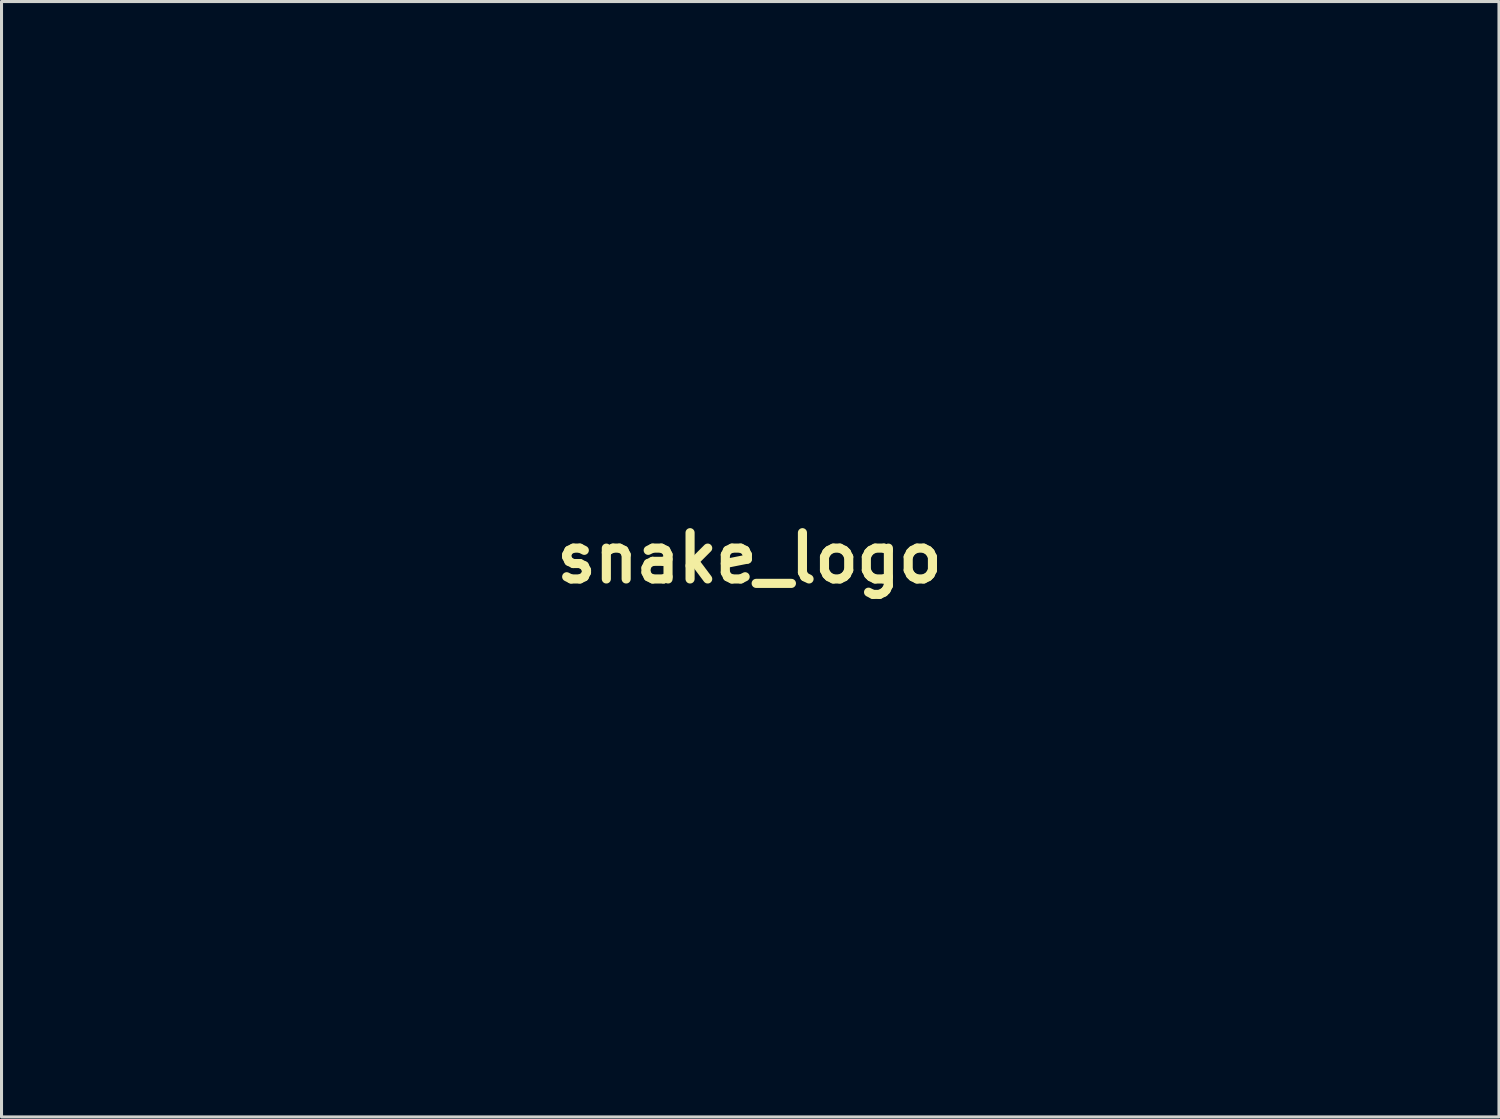
<source format=kicad_pcb>
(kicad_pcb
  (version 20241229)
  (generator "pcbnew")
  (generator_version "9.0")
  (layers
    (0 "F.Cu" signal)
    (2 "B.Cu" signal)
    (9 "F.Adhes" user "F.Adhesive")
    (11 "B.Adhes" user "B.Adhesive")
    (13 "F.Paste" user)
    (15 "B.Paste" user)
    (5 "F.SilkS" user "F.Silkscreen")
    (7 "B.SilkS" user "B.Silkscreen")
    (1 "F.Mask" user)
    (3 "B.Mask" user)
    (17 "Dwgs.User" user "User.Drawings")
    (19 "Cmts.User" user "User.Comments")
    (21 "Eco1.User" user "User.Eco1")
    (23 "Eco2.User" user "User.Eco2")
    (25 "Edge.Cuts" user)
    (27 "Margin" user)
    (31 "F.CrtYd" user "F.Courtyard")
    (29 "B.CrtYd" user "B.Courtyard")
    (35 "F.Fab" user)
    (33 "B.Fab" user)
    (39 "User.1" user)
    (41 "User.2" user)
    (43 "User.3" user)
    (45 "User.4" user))
  (footprint "snake_logo"
    (layer "F.Cu")
    (at 21.637 15.329)
    (property "Reference" "snake_logo" (at 0 0 0) (layer "F.SilkS") (effects (font (size 1.524 1.524) (thickness 0.3))))
    (attr through_hole)
    (fp_poly (pts (xy 1.746 -11.271) (xy 1.95 -11.085) (xy 2.087 -10.843) (xy 2.117 -10.679) (xy 2.084 -10.369) (xy 1.969 -10.166) (xy 1.772 -10.03) (xy 1.517 -9.926) (xy 1.314 -9.93) (xy 1.143 -10.004) (xy 0.882 -10.232) (xy 0.761 -10.539) (xy 0.791 -10.89) (xy 0.815 -10.961) (xy 0.942 -11.11) (xy 1.165 -11.248) (xy 1.415 -11.334) (xy 1.524 -11.345) (xy 1.746 -11.271)) (stroke (width 0.01) (type solid)) (fill no) (layer "Eco2.User"))
    (fp_poly (pts (xy 2.321 -15.324) (xy 4.784 -15.322) (xy 5.476 -15.081) (xy 6.285 -14.714) (xy 7.009 -14.215) (xy 7.629 -13.601) (xy 8.13 -12.89) (xy 8.495 -12.101) (xy 8.631 -11.644) (xy 8.688 -11.284) (xy 8.719 -10.825) (xy 8.723 -10.33) (xy 8.702 -9.863) (xy 8.653 -9.488) (xy 8.642 -9.44) (xy 8.599 -9.238) (xy 8.605 -9.178) (xy 8.663 -9.239) (xy 8.677 -9.257) (xy 8.747 -9.385) (xy 8.819 -9.597) (xy 8.902 -9.917) (xy 9.002 -10.372) (xy 9.024 -10.48) (xy 9.138 -10.664) (xy 9.36 -10.813) (xy 9.629 -10.895) (xy 9.859 -10.888) (xy 10.064 -10.771) (xy 10.247 -10.555) (xy 10.255 -10.543) (xy 10.502 -10.27) (xy 10.721 -10.156) (xy 11.011 -9.985) (xy 11.186 -9.725) (xy 11.225 -9.417) (xy 11.177 -9.232) (xy 11.063 -9.023) (xy 10.9 -8.891) (xy 10.641 -8.804) (xy 10.466 -8.768) (xy 10.274 -8.71) (xy 10.08 -8.593) (xy 9.848 -8.39) (xy 9.586 -8.121) (xy 8.997 -7.591) (xy 8.377 -7.216) (xy 7.736 -7.003) (xy 7.584 -6.977) (xy 7.113 -6.833) (xy 6.79 -6.631) (xy 6.046 -6.166) (xy 5.237 -5.856) (xy 4.387 -5.702) (xy 3.81 -5.648) (xy 3.81 -0.775) (xy 7.641 -0.742) (xy 8.587 -0.733) (xy 9.381 -0.724) (xy 10.04 -0.713) (xy 10.583 -0.698) (xy 11.027 -0.676) (xy 11.39 -0.647) (xy 11.688 -0.607) (xy 11.94 -0.555) (xy 12.164 -0.489) (xy 12.376 -0.407) (xy 12.594 -0.307) (xy 12.836 -0.186) (xy 12.912 -0.148) (xy 13.353 0.13) (xy 13.821 0.518) (xy 14.272 0.972) (xy 14.663 1.448) (xy 14.95 1.902) (xy 14.973 1.947) (xy 15.278 2.742) (xy 15.447 3.571) (xy 15.474 4.397) (xy 15.369 5.122) (xy 15.304 5.4) (xy 15.258 5.609) (xy 15.243 5.694) (xy 15.321 5.717) (xy 15.538 5.737) (xy 15.862 5.751) (xy 16.262 5.758) (xy 16.362 5.759) (xy 16.989 5.773) (xy 17.533 5.812) (xy 17.957 5.873) (xy 18.025 5.888) (xy 18.818 6.158) (xy 19.559 6.575) (xy 20.226 7.114) (xy 20.795 7.755) (xy 21.244 8.477) (xy 21.54 9.223) (xy 21.633 9.697) (xy 21.677 10.271) (xy 21.672 10.882) (xy 21.62 11.471) (xy 21.522 11.977) (xy 21.481 12.112) (xy 21.122 12.919) (xy 20.634 13.644) (xy 20.033 14.267) (xy 19.34 14.773) (xy 18.573 15.142) (xy 18.149 15.275) (xy 18.076 15.291) (xy 17.979 15.305) (xy 17.851 15.319) (xy 17.686 15.331) (xy 17.476 15.342) (xy 17.215 15.351) (xy 16.895 15.36) (xy 16.511 15.368) (xy 16.053 15.375) (xy 15.517 15.381) (xy 14.895 15.386) (xy 14.179 15.391) (xy 13.364 15.394) (xy 12.441 15.397) (xy 11.405 15.399) (xy 10.248 15.401) (xy 8.964 15.402) (xy 7.544 15.403) (xy 5.984 15.403) (xy 4.274 15.403) (xy 2.409 15.403) (xy 0.382 15.402) (xy 0.369 15.402) (xy -1.727 15.401) (xy -3.66 15.399) (xy -5.435 15.397) (xy -7.058 15.395) (xy -8.536 15.392) (xy -9.875 15.389) (xy -11.079 15.385) (xy -12.157 15.381) (xy -13.112 15.376) (xy -13.952 15.37) (xy -14.681 15.364) (xy -15.307 15.357) (xy -15.835 15.349) (xy -16.271 15.341) (xy -16.622 15.331) (xy -16.892 15.321) (xy -17.087 15.31) (xy -17.215 15.297) (xy -17.272 15.287) (xy -18.085 14.976) (xy -18.833 14.527) (xy -19.495 13.96) (xy -20.048 13.297) (xy -20.47 12.558) (xy -20.609 12.214) (xy -20.733 11.744) (xy -20.819 11.187) (xy -20.845 10.81) (xy -19.433 10.81) (xy -19.318 11.496) (xy -19.06 12.144) (xy -18.674 12.73) (xy -18.172 13.232) (xy -17.569 13.628) (xy -17.159 13.807) (xy -17.104 13.825) (xy -17.04 13.842) (xy -16.959 13.857) (xy -16.856 13.872) (xy -16.722 13.884) (xy -16.552 13.896) (xy -16.337 13.906) (xy -16.071 13.915) (xy -15.747 13.923) (xy -15.358 13.93) (xy -14.897 13.936) (xy -14.356 13.941) (xy -13.73 13.945) (xy -13.01 13.948) (xy -12.19 13.95) (xy -11.263 13.952) (xy -10.221 13.953) (xy -9.059 13.953) (xy -7.768 13.953) (xy -6.341 13.953) (xy -4.773 13.951) (xy -3.055 13.95) (xy -1.18 13.948) (xy 0.55 13.946) (xy 17.822 13.928) (xy 18.306 13.701) (xy 18.932 13.32) (xy 19.456 12.824) (xy 19.864 12.236) (xy 20.144 11.582) (xy 20.283 10.886) (xy 20.267 10.171) (xy 20.25 10.061) (xy 20.044 9.315) (xy 19.698 8.665) (xy 19.217 8.115) (xy 18.606 7.672) (xy 18.393 7.558) (xy 18.118 7.426) (xy 17.896 7.335) (xy 17.683 7.277) (xy 17.433 7.243) (xy 17.102 7.223) (xy 16.674 7.21) (xy 15.601 7.18) (xy 15.547 7.464) (xy 15.382 7.983) (xy 15.092 8.53) (xy 14.708 9.063) (xy 14.262 9.543) (xy 13.785 9.93) (xy 13.502 10.097) (xy 12.711 10.409) (xy 11.896 10.564) (xy 11.078 10.563) (xy 10.281 10.404) (xy 9.534 10.094) (xy 8.993 9.722) (xy 8.485 9.225) (xy 8.045 8.646) (xy 7.708 8.027) (xy 7.54 7.556) (xy 7.486 7.352) (xy 8.984 7.352) (xy 9.069 7.554) (xy 9.214 7.809) (xy 9.398 8.079) (xy 9.594 8.327) (xy 9.78 8.515) (xy 9.787 8.52) (xy 10.259 8.846) (xy 10.738 9.04) (xy 11.277 9.118) (xy 11.642 9.117) (xy 12.11 9.077) (xy 12.467 8.993) (xy 12.683 8.901) (xy 13.229 8.538) (xy 13.675 8.075) (xy 13.925 7.678) (xy 14.144 7.239) (xy 11.589 7.217) (xy 10.948 7.213) (xy 10.362 7.212) (xy 9.854 7.214) (xy 9.443 7.22) (xy 9.152 7.228) (xy 9.001 7.238) (xy 8.985 7.243) (xy 8.984 7.352) (xy 7.486 7.352) (xy 7.444 7.197) (xy 4.507 7.197) (xy 4.409 7.588) (xy 4.149 8.285) (xy 3.745 8.93) (xy 3.218 9.5) (xy 2.592 9.972) (xy 1.889 10.324) (xy 1.627 10.415) (xy 0.894 10.56) (xy 0.12 10.568) (xy -0.648 10.444) (xy -1.359 10.193) (xy -1.536 10.103) (xy -2.147 9.683) (xy -2.692 9.138) (xy -3.141 8.507) (xy -3.462 7.83) (xy -3.523 7.641) (xy -3.639 7.243) (xy -2.106 7.243) (xy -2.106 7.351) (xy -2.022 7.552) (xy -1.879 7.807) (xy -1.7 8.077) (xy -1.508 8.325) (xy -1.329 8.511) (xy -1.327 8.513) (xy -0.847 8.847) (xy -0.33 9.045) (xy 0.263 9.12) (xy 0.55 9.117) (xy 1.017 9.077) (xy 1.372 8.994) (xy 1.591 8.901) (xy 2.138 8.538) (xy 2.584 8.075) (xy 2.834 7.678) (xy 3.053 7.239) (xy 0.497 7.217) (xy -0.144 7.213) (xy -0.729 7.212) (xy -1.238 7.214) (xy -1.648 7.22) (xy -1.939 7.228) (xy -2.09 7.238) (xy -2.106 7.243) (xy -3.639 7.243) (xy -3.653 7.197) (xy -6.569 7.197) (xy -6.718 7.679) (xy -7.032 8.427) (xy -7.478 9.086) (xy -8.036 9.644) (xy -8.686 10.085) (xy -9.41 10.395) (xy -10.188 10.56) (xy -10.617 10.583) (xy -11.467 10.504) (xy -12.252 10.274) (xy -12.959 9.901) (xy -13.574 9.395) (xy -14.084 8.765) (xy -14.476 8.021) (xy -14.575 7.759) (xy -14.754 7.239) (xy -13.283 7.239) (xy -13.074 7.662) (xy -12.76 8.138) (xy -12.333 8.562) (xy -11.846 8.886) (xy -11.66 8.97) (xy -11.201 9.09) (xy -10.675 9.129) (xy -10.144 9.09) (xy -9.674 8.976) (xy -9.5 8.901) (xy -8.953 8.538) (xy -8.507 8.075) (xy -8.257 7.678) (xy -8.039 7.239) (xy -9.353 7.216) (xy -9.96 7.209) (xy -10.651 7.206) (xy -11.343 7.208) (xy -11.953 7.215) (xy -11.976 7.216) (xy -13.283 7.239) (xy -14.754 7.239) (xy -14.774 7.18) (xy -15.84 7.212) (xy -16.294 7.228) (xy -16.622 7.251) (xy -16.871 7.289) (xy -17.082 7.349) (xy -17.302 7.441) (xy -17.471 7.523) (xy -18.127 7.935) (xy -18.662 8.462) (xy -19.065 9.092) (xy -19.331 9.815) (xy -19.393 10.106) (xy -19.433 10.81) (xy -20.845 10.81) (xy -20.858 10.624) (xy -20.84 10.134) (xy -20.838 10.118) (xy -20.812 9.809) (xy -20.833 9.575) (xy -20.917 9.332) (xy -21.011 9.13) (xy -21.15 8.809) (xy -21.297 8.403) (xy -21.425 7.995) (xy -21.439 7.945) (xy -21.494 7.736) (xy -21.537 7.54) (xy -21.57 7.333) (xy -21.595 7.092) (xy -21.612 6.795) (xy -21.623 6.42) (xy -21.629 5.942) (xy -21.632 5.34) (xy -21.632 4.614) (xy -21.632 3.406) (xy -20.222 3.406) (xy -20.221 4.11) (xy -20.21 4.915) (xy -20.193 5.72) (xy -20.174 6.37) (xy -20.152 6.875) (xy -20.125 7.248) (xy -20.093 7.502) (xy -20.056 7.65) (xy -20.011 7.704) (xy -20.005 7.705) (xy -19.93 7.649) (xy -19.769 7.501) (xy -19.555 7.29) (xy -19.515 7.249) (xy -19.201 6.961) (xy -18.835 6.671) (xy -18.55 6.475) (xy -18.034 6.157) (xy -18.034 4.242) (xy -18.035 3.617) (xy -18.04 3.138) (xy -18.05 2.781) (xy -18.066 2.522) (xy -18.091 2.338) (xy -18.127 2.206) (xy -18.175 2.1) (xy -18.2 2.058) (xy -18.453 1.741) (xy -18.752 1.573) (xy -19.134 1.537) (xy -19.223 1.544) (xy -19.643 1.649) (xy -19.947 1.876) (xy -20.143 2.231) (xy -20.16 2.285) (xy -20.192 2.492) (xy -20.212 2.866) (xy -20.222 3.406) (xy -21.632 3.406) (xy -21.632 1.99) (xy -21.395 1.506) (xy -21.036 0.952) (xy -20.573 0.526) (xy -20.021 0.238) (xy -19.398 0.097) (xy -19.135 0.085) (xy -18.491 0.165) (xy -17.904 0.399) (xy -17.394 0.773) (xy -16.981 1.274) (xy -16.866 1.471) (xy -16.793 1.615) (xy -16.737 1.748) (xy -16.696 1.896) (xy -16.666 2.083) (xy -16.645 2.334) (xy -16.631 2.676) (xy -16.621 3.133) (xy -16.611 3.731) (xy -16.61 3.831) (xy -16.581 5.757) (xy -14.374 5.757) (xy -14.423 5.524) (xy -14.462 5.321) (xy -14.516 5.019) (xy -14.569 4.708) (xy -14.602 4.138) (xy -13.18 4.138) (xy -13.12 4.745) (xy -12.963 5.326) (xy -12.918 5.44) (xy -12.782 5.757) (xy 13.627 5.757) (xy 13.745 5.524) (xy 13.947 4.954) (xy 14.031 4.306) (xy 13.994 3.625) (xy 13.836 2.955) (xy 13.797 2.846) (xy 13.545 2.36) (xy 13.173 1.882) (xy 12.725 1.457) (xy 12.247 1.134) (xy 12.11 1.066) (xy 11.555 0.868) (xy 10.946 0.731) (xy 10.375 0.678) (xy 10.354 0.678) (xy 10.179 0.694) (xy 10.079 0.773) (xy 10.007 0.96) (xy 9.986 1.037) (xy 9.765 1.631) (xy 9.43 2.23) (xy 9.022 2.768) (xy 8.794 3.003) (xy 8.142 3.5) (xy 7.436 3.849) (xy 6.696 4.054) (xy 5.942 4.118) (xy 5.194 4.045) (xy 4.472 3.838) (xy 3.796 3.5) (xy 3.185 3.036) (xy 2.66 2.449) (xy 2.286 1.836) (xy 2.142 1.514) (xy 2.028 1.2) (xy 1.977 0.997) (xy 1.926 0.677) (xy 3.375 0.677) (xy 3.432 0.868) (xy 3.678 1.412) (xy 4.051 1.875) (xy 4.524 2.244) (xy 5.07 2.507) (xy 5.661 2.653) (xy 6.27 2.668) (xy 6.87 2.543) (xy 7.066 2.466) (xy 7.482 2.221) (xy 7.882 1.881) (xy 8.212 1.497) (xy 8.374 1.225) (xy 8.478 0.988) (xy 8.542 0.811) (xy 8.551 0.763) (xy 8.467 0.736) (xy 8.218 0.714) (xy 7.807 0.697) (xy 7.238 0.685) (xy 6.514 0.679) (xy 5.963 0.677) (xy 3.375 0.677) (xy 1.926 0.677) (xy 1.925 0.674) (xy 0.437 0.697) (xy -1.051 0.72) (xy -1.117 1.038) (xy -1.326 1.662) (xy -1.678 2.27) (xy -2.146 2.833) (xy -2.703 3.322) (xy -3.324 3.71) (xy -3.789 3.907) (xy -4.369 4.046) (xy -5.018 4.103) (xy -5.672 4.078) (xy -6.266 3.971) (xy -6.456 3.911) (xy -7.212 3.551) (xy -7.872 3.061) (xy -8.422 2.457) (xy -8.844 1.757) (xy -9.06 1.202) (xy -9.151 0.945) (xy -9.257 0.781) (xy -9.287 0.765) (xy -7.705 0.765) (xy -7.669 0.889) (xy -7.578 1.098) (xy -7.532 1.193) (xy -7.159 1.75) (xy -6.683 2.188) (xy -6.128 2.494) (xy -5.516 2.659) (xy -4.87 2.672) (xy -4.441 2.594) (xy -4.052 2.474) (xy -3.753 2.33) (xy -3.466 2.122) (xy -3.288 1.967) (xy -3.086 1.748) (xy -2.879 1.467) (xy -2.7 1.174) (xy -2.577 0.917) (xy -2.54 0.765) (xy -2.625 0.736) (xy -2.878 0.713) (xy -3.301 0.696) (xy -3.893 0.684) (xy -4.653 0.678) (xy -5.122 0.677) (xy -5.968 0.68) (xy -6.645 0.689) (xy -7.155 0.703) (xy -7.498 0.722) (xy -7.677 0.748) (xy -7.705 0.765) (xy -9.287 0.765) (xy -9.412 0.698) (xy -9.65 0.682) (xy -10.005 0.72) (xy -10.208 0.751) (xy -10.96 0.948) (xy -11.626 1.286) (xy -12.193 1.751) (xy -12.648 2.332) (xy -12.979 3.014) (xy -13.135 3.579) (xy -13.18 4.138) (xy -14.602 4.138) (xy -14.616 3.912) (xy -14.509 3.111) (xy -14.259 2.33) (xy -13.88 1.591) (xy -13.383 0.92) (xy -12.782 0.339) (xy -12.087 -0.128) (xy -12.052 -0.147) (xy -11.756 -0.298) (xy -11.481 -0.42) (xy -11.203 -0.515) (xy -10.897 -0.588) (xy -10.541 -0.641) (xy -10.11 -0.68) (xy -9.579 -0.707) (xy -8.925 -0.726) (xy -8.191 -0.74) (xy -5.842 -0.78) (xy -5.842 -0.887) (xy -4.403 -0.887) (xy -4.38 -0.85) (xy -4.301 -0.82) (xy -4.148 -0.796) (xy -3.904 -0.778) (xy -3.55 -0.765) (xy -3.069 -0.754) (xy -2.444 -0.745) (xy -2.138 -0.742) (xy -1.032 -0.734) (xy -0.076 -0.733) (xy 0.727 -0.739) (xy 1.375 -0.752) (xy 1.863 -0.773) (xy 2.19 -0.799) (xy 2.352 -0.833) (xy 2.371 -0.851) (xy 2.291 -0.884) (xy 2.072 -0.91) (xy 1.743 -0.927) (xy 1.397 -0.931) (xy 0.423 -0.931) (xy 0.423 -2.371) (xy 2.371 -2.371) (xy 2.371 -2.879) (xy 0.423 -2.879) (xy 0.423 -4.318) (xy 2.371 -4.318) (xy 2.371 -4.826) (xy 0.423 -4.826) (xy 0.423 -6.265) (xy 2.357 -6.265) (xy 2.411 -6.511) (xy 2.482 -6.73) (xy 2.6 -6.887) (xy 2.794 -6.993) (xy 3.09 -7.061) (xy 3.515 -7.103) (xy 3.755 -7.117) (xy 4.355 -7.167) (xy 4.844 -7.248) (xy 5.209 -7.357) (xy 5.433 -7.489) (xy 5.503 -7.628) (xy 5.577 -7.959) (xy 5.792 -8.205) (xy 6.141 -8.357) (xy 6.392 -8.4) (xy 6.537 -8.433) (xy 6.656 -8.523) (xy 6.779 -8.703) (xy 6.923 -8.975) (xy 7.199 -9.681) (xy 7.311 -10.381) (xy 7.274 -11.027) (xy 7.079 -11.74) (xy 6.737 -12.393) (xy 6.266 -12.962) (xy 5.686 -13.421) (xy 5.376 -13.594) (xy 4.868 -13.843) (xy 2.423 -13.869) (xy 1.707 -13.876) (xy 1.138 -13.879) (xy 0.692 -13.877) (xy 0.346 -13.869) (xy 0.077 -13.853) (xy -0.139 -13.829) (xy -0.323 -13.795) (xy -0.5 -13.75) (xy -0.625 -13.713) (xy -1.367 -13.441) (xy -2.005 -13.092) (xy -2.598 -12.63) (xy -2.88 -12.362) (xy -3.407 -11.77) (xy -3.801 -11.168) (xy -4.095 -10.5) (xy -4.227 -10.076) (xy -4.333 -9.682) (xy -4.385 -9.419) (xy -4.382 -9.257) (xy -4.32 -9.166) (xy -4.197 -9.116) (xy -4.128 -9.1) (xy -3.571 -8.913) (xy -2.998 -8.597) (xy -2.448 -8.185) (xy -1.962 -7.706) (xy -1.58 -7.193) (xy -1.506 -7.062) (xy -1.193 -6.308) (xy -1.037 -5.523) (xy -1.034 -4.73) (xy -1.181 -3.952) (xy -1.475 -3.213) (xy -1.912 -2.536) (xy -2.202 -2.209) (xy -2.699 -1.783) (xy -3.27 -1.422) (xy -3.852 -1.163) (xy -4.043 -1.105) (xy -4.278 -1.016) (xy -4.396 -0.915) (xy -4.403 -0.887) (xy -5.842 -0.887) (xy -5.842 -5.123) (xy -4.403 -5.123) (xy -4.4 -4.278) (xy -4.391 -3.601) (xy -4.377 -3.09) (xy -4.358 -2.747) (xy -4.332 -2.568) (xy -4.315 -2.54) (xy -4.191 -2.576) (xy -3.982 -2.666) (xy -3.888 -2.713) (xy -3.364 -3.066) (xy -2.962 -3.511) (xy -2.681 -4.025) (xy -2.52 -4.584) (xy -2.478 -5.164) (xy -2.554 -5.741) (xy -2.746 -6.292) (xy -3.054 -6.791) (xy -3.477 -7.217) (xy -4.014 -7.543) (xy -4.09 -7.576) (xy -4.403 -7.707) (xy -4.403 -5.123) (xy -5.842 -5.123) (xy -5.842 -5.126) (xy -5.841 -6.17) (xy -5.839 -7.061) (xy -5.833 -7.815) (xy -5.822 -8.447) (xy -5.806 -8.974) (xy -5.783 -9.412) (xy -5.752 -9.776) (xy -5.711 -10.083) (xy -5.66 -10.348) (xy -5.597 -10.588) (xy -5.521 -10.819) (xy -5.431 -11.056) (xy -5.384 -11.175) (xy -4.91 -12.121) (xy -4.304 -12.969) (xy -3.579 -13.707) (xy -2.747 -14.324) (xy -1.822 -14.81) (xy -0.815 -15.153) (xy -0.812 -15.153) (xy -0.599 -15.204) (xy -0.386 -15.244) (xy -0.149 -15.274) (xy 0.136 -15.295) (xy 0.492 -15.31) (xy 0.943 -15.318) (xy 1.513 -15.323) (xy 2.226 -15.324) (xy 2.321 -15.324)) (stroke (width 0.01) (type solid)) (fill no) (layer "Eco2.User")))
  (gr_rect
    (start -3 -3)
    (end 46.319 33.737)
    (stroke (width 0.1) (type default))
    (fill no)
    (layer "Edge.Cuts")))
</source>
